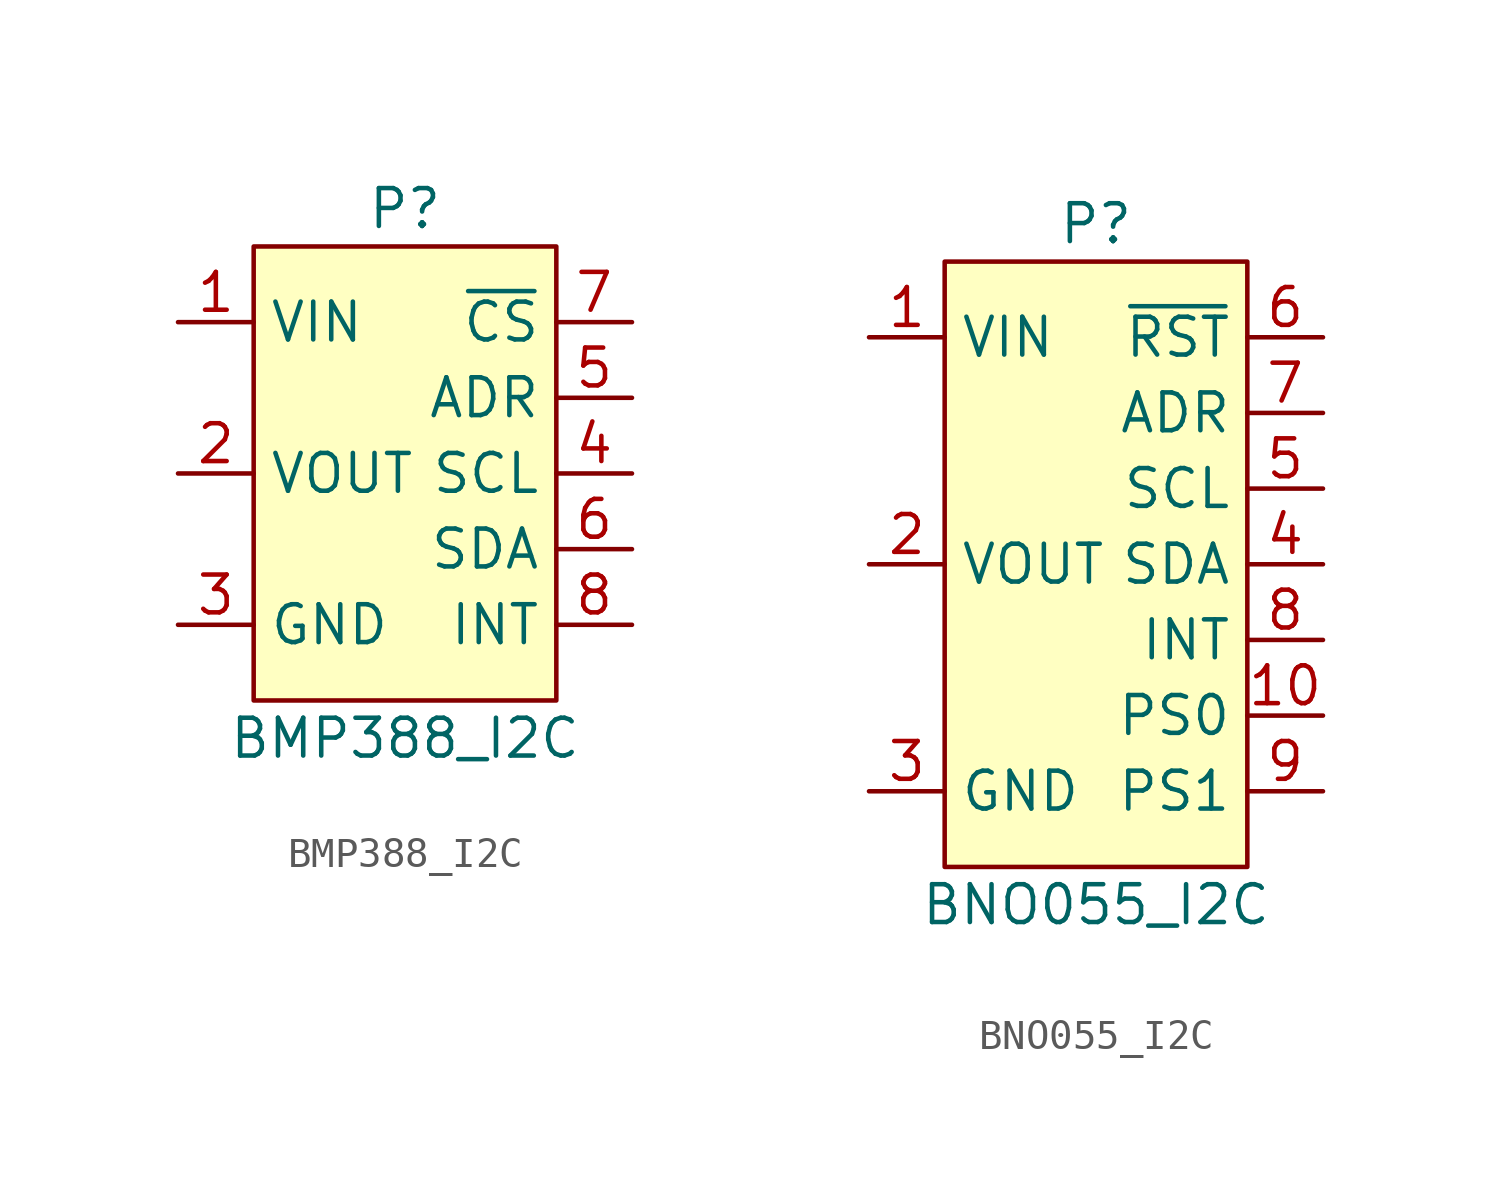
<source format=kicad_sym>
(kicad_symbol_lib
  (version 20220914)
  (generator kicad_symbol_editor)
  (symbol "BMP388_I2C"
    (property "Reference" "P"
      (at 0 8.89 0)
      (effects (font (size 1.27 1.27))))
    (property "Value" "BMP388_I2C"
      (at 0 -8.89 0)
      (effects (font (size 1.27 1.27))))
    (symbol "BMP388_I2C_1_1"
      (rectangle (start -5.08 7.62) (end 5.08 -7.62) (stroke (width 0) (type default)) (fill (type background)))
      (pin power_in line (at -7.62 5.08 0) (length 2.54) (name "VIN" (effects (font (size 1.27 1.27)))) (number "1" (effects (font (size 1.27 1.27)))))
      (pin power_out line (at -7.62 0 0) (length 2.54) (name "VOUT" (effects (font (size 1.27 1.27)))) (number "2" (effects (font (size 1.27 1.27)))))
      (pin power_in line (at -7.62 -5.08 0) (length 2.54) (name "GND" (effects (font (size 1.27 1.27)))) (number "3" (effects (font (size 1.27 1.27)))))
      (pin input line (at 7.62 0 180) (length 2.54) (name "SCL" (effects (font (size 1.27 1.27)))) (number "4" (effects (font (size 1.27 1.27)))))
      (pin input line (at 7.62 2.54 180) (length 2.54) (name "ADR" (effects (font (size 1.27 1.27)))) (number "5" (effects (font (size 1.27 1.27)))))
      (pin bidirectional line (at 7.62 -2.54 180) (length 2.54) (name "SDA" (effects (font (size 1.27 1.27)))) (number "6" (effects (font (size 1.27 1.27)))))
      (pin input line (at 7.62 5.08 180) (length 2.54) (name "~{CS}" (effects (font (size 1.27 1.27)))) (number "7" (effects (font (size 1.27 1.27)))))
      (pin output line (at 7.62 -5.08 180) (length 2.54) (name "INT" (effects (font (size 1.27 1.27)))) (number "8" (effects (font (size 1.27 1.27)))))))
  (symbol "BNO055_I2C"
    (property "Reference" "P"
      (at 0 11.43 0)
      (effects (font (size 1.27 1.27))))
    (property "Value" "BNO055_I2C"
      (at 0 -11.43 0)
      (effects (font (size 1.27 1.27))))
    (symbol "BNO055_I2C_1_1"
      (rectangle (start -5.08 10.16) (end 5.08 -10.16) (stroke (width 0) (type default)) (fill (type background)))
      (pin power_in line (at -7.62 7.62 0) (length 2.54) (name "VIN" (effects (font (size 1.27 1.27)))) (number "1" (effects (font (size 1.27 1.27)))))
      (pin input line (at 7.62 -5.08 180) (length 2.54) (name "PS0" (effects (font (size 1.27 1.27)))) (number "10" (effects (font (size 1.27 1.27)))))
      (pin power_out line (at -7.62 0 0) (length 2.54) (name "VOUT" (effects (font (size 1.27 1.27)))) (number "2" (effects (font (size 1.27 1.27)))))
      (pin power_in line (at -7.62 -7.62 0) (length 2.54) (name "GND" (effects (font (size 1.27 1.27)))) (number "3" (effects (font (size 1.27 1.27)))))
      (pin bidirectional line (at 7.62 0 180) (length 2.54) (name "SDA" (effects (font (size 1.27 1.27)))) (number "4" (effects (font (size 1.27 1.27)))))
      (pin input line (at 7.62 2.54 180) (length 2.54) (name "SCL" (effects (font (size 1.27 1.27)))) (number "5" (effects (font (size 1.27 1.27)))))
      (pin input line (at 7.62 7.62 180) (length 2.54) (name "~{RST}" (effects (font (size 1.27 1.27)))) (number "6" (effects (font (size 1.27 1.27)))))
      (pin input line (at 7.62 5.08 180) (length 2.54) (name "ADR" (effects (font (size 1.27 1.27)))) (number "7" (effects (font (size 1.27 1.27)))))
      (pin output line (at 7.62 -2.54 180) (length 2.54) (name "INT" (effects (font (size 1.27 1.27)))) (number "8" (effects (font (size 1.27 1.27)))))
      (pin input line (at 7.62 -7.62 180) (length 2.54) (name "PS1" (effects (font (size 1.27 1.27)))) (number "9" (effects (font (size 1.27 1.27))))))))
</source>
